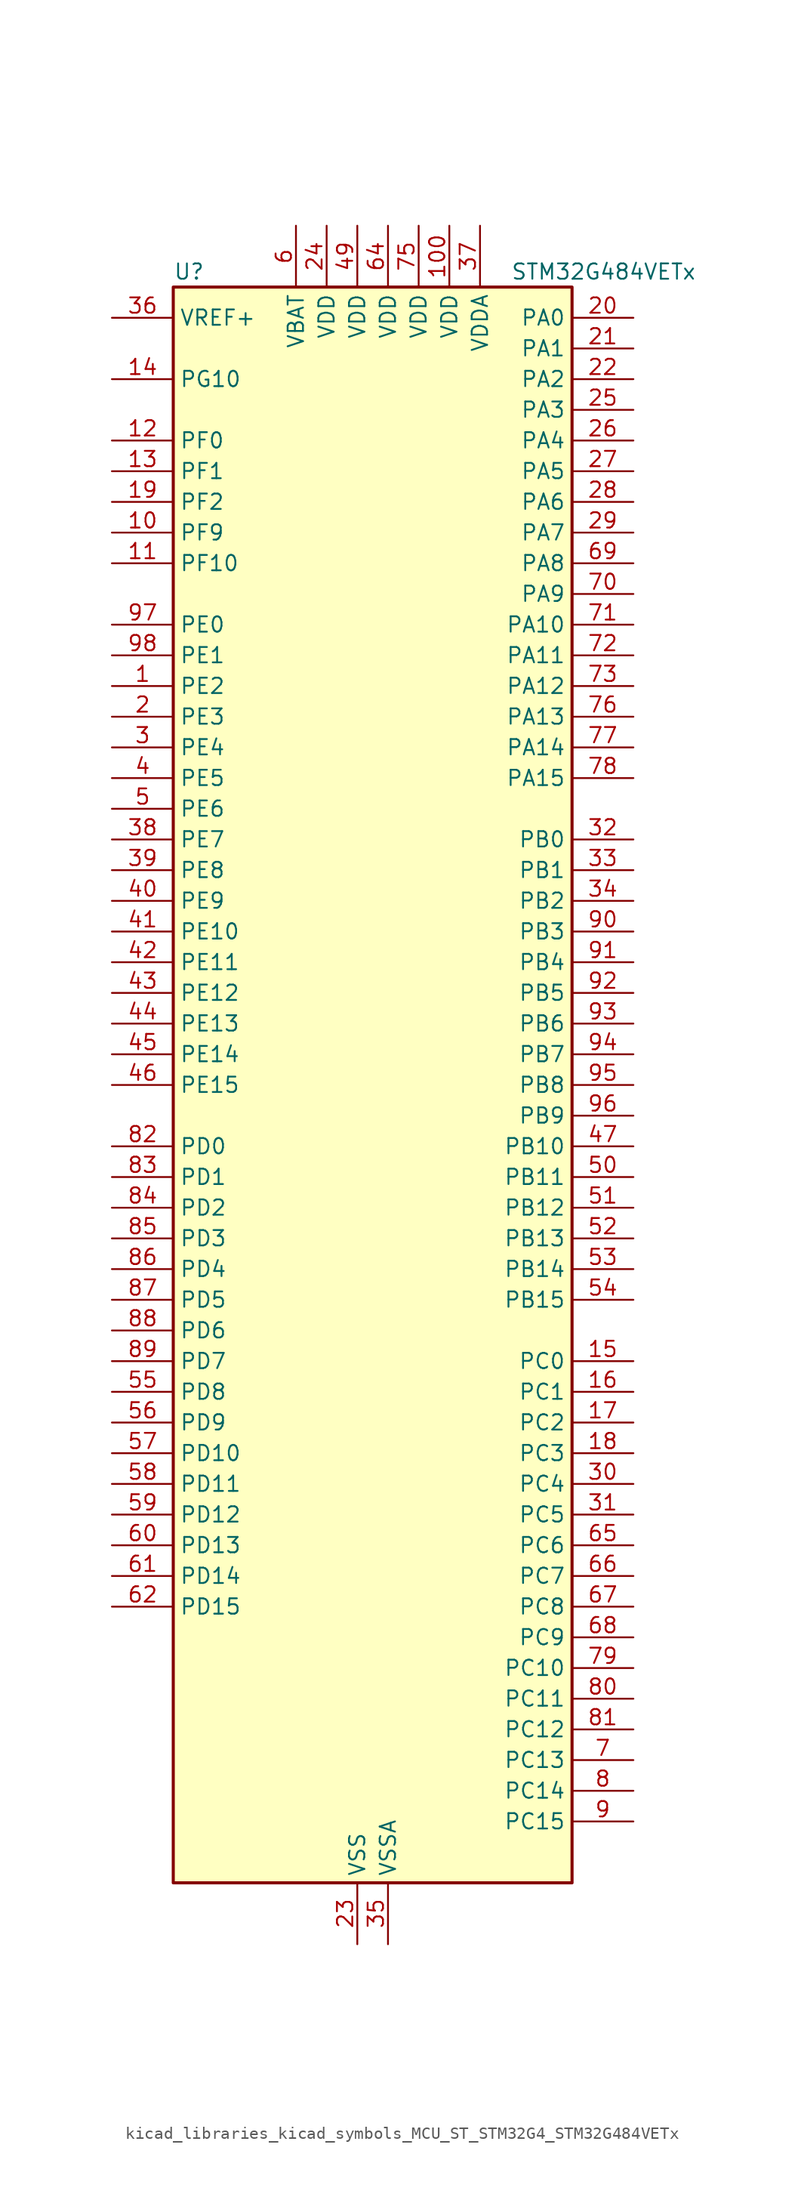
<source format=kicad_sym>
(kicad_symbol_lib
  (version 20220914)
  (generator kicad_symbol_editor)
  (symbol "kicad_libraries_kicad_symbols_MCU_ST_STM32G4_STM32G484VETx"
    (property "Reference" "U"
      (at -15.24 67.31 0)
      (effects (font (size 1.27 1.27)) (justify left)))
    (property "Value" "STM32G484VETx"
      (at 12.7 67.31 0)
      (effects (font (size 1.27 1.27)) (justify left)))
    (property "ki_locked" ""
      (at 0 0 0)
      (effects (font (size 1.27 1.27))))
    (symbol "kicad_libraries_kicad_symbols_MCU_ST_STM32G4_STM32G484VETx_0_1"
      (rectangle (start -15.24 -66.04) (end 17.78 66.04) (stroke (width 0.254) (type default)) (fill (type background))))
    (symbol "kicad_libraries_kicad_symbols_MCU_ST_STM32G4_STM32G484VETx_1_1"
      (pin bidirectional line (at -20.32 33.02 0) (length 5.08) (name "PE2" (effects (font (size 1.27 1.27)))) (number "1" (effects (font (size 1.27 1.27)))) (alternate "ADC3_EXTI2" bidirectional line) (alternate "ADC4_EXTI2" bidirectional line) (alternate "ADC5_EXTI2" bidirectional line) (alternate "FMC_A23" bidirectional line) (alternate "SAI1_CK1" bidirectional line) (alternate "SAI1_MCLK_A" bidirectional line) (alternate "SPI4_SCK" bidirectional line) (alternate "SYS_TRACECLK" bidirectional line) (alternate "TIM20_CH1" bidirectional line) (alternate "TIM3_CH1" bidirectional line))
      (pin bidirectional line (at -20.32 45.72 0) (length 5.08) (name "PF9" (effects (font (size 1.27 1.27)))) (number "10" (effects (font (size 1.27 1.27)))) (alternate "DAC1_EXTI9" bidirectional line) (alternate "DAC2_EXTI9" bidirectional line) (alternate "DAC3_EXTI9" bidirectional line) (alternate "DAC4_EXTI9" bidirectional line) (alternate "FMC_A25" bidirectional line) (alternate "QUADSPI1_BK1_IO1" bidirectional line) (alternate "SAI1_FS_B" bidirectional line) (alternate "SPI2_SCK" bidirectional line) (alternate "TIM15_CH1" bidirectional line) (alternate "TIM20_BKIN" bidirectional line) (alternate "TIM5_CH4" bidirectional line))
      (pin power_in line (at 7.62 71.12 270) (length 5.08) (name "VDD" (effects (font (size 1.27 1.27)))) (number "100" (effects (font (size 1.27 1.27)))))
      (pin bidirectional line (at -20.32 43.18 0) (length 5.08) (name "PF10" (effects (font (size 1.27 1.27)))) (number "11" (effects (font (size 1.27 1.27)))) (alternate "DAC1_EXTI10" bidirectional line) (alternate "DAC2_EXTI10" bidirectional line) (alternate "DAC3_EXTI10" bidirectional line) (alternate "DAC4_EXTI10" bidirectional line) (alternate "FMC_A0" bidirectional line) (alternate "QUADSPI1_CLK" bidirectional line) (alternate "SAI1_D3" bidirectional line) (alternate "SPI2_SCK" bidirectional line) (alternate "TIM15_CH2" bidirectional line) (alternate "TIM20_BKIN2" bidirectional line))
      (pin bidirectional line (at -20.32 53.34 0) (length 5.08) (name "PF0" (effects (font (size 1.27 1.27)))) (number "12" (effects (font (size 1.27 1.27)))) (alternate "ADC1_IN10" bidirectional line) (alternate "I2C2_SDA" bidirectional line) (alternate "I2S2_WS" bidirectional line) (alternate "RCC_OSC_IN" bidirectional line) (alternate "SPI2_NSS" bidirectional line) (alternate "TIM1_CH3N" bidirectional line))
      (pin bidirectional line (at -20.32 50.8 0) (length 5.08) (name "PF1" (effects (font (size 1.27 1.27)))) (number "13" (effects (font (size 1.27 1.27)))) (alternate "ADC2_IN10" bidirectional line) (alternate "COMP3_INM" bidirectional line) (alternate "I2S2_CK" bidirectional line) (alternate "RCC_OSC_OUT" bidirectional line) (alternate "SPI2_SCK" bidirectional line))
      (pin bidirectional line (at -20.32 58.42 0) (length 5.08) (name "PG10" (effects (font (size 1.27 1.27)))) (number "14" (effects (font (size 1.27 1.27)))) (alternate "DAC1_EXTI10" bidirectional line) (alternate "DAC2_EXTI10" bidirectional line) (alternate "DAC3_EXTI10" bidirectional line) (alternate "DAC4_EXTI10" bidirectional line) (alternate "RCC_MCO" bidirectional line))
      (pin bidirectional line (at 22.86 -22.86 180) (length 5.08) (name "PC0" (effects (font (size 1.27 1.27)))) (number "15" (effects (font (size 1.27 1.27)))) (alternate "ADC1_IN6" bidirectional line) (alternate "ADC2_IN6" bidirectional line) (alternate "COMP3_INM" bidirectional line) (alternate "LPTIM1_IN1" bidirectional line) (alternate "LPUART1_RX" bidirectional line) (alternate "TIM1_CH1" bidirectional line))
      (pin bidirectional line (at 22.86 -25.4 180) (length 5.08) (name "PC1" (effects (font (size 1.27 1.27)))) (number "16" (effects (font (size 1.27 1.27)))) (alternate "ADC1_IN7" bidirectional line) (alternate "ADC2_IN7" bidirectional line) (alternate "COMP3_INP" bidirectional line) (alternate "LPTIM1_OUT" bidirectional line) (alternate "LPUART1_TX" bidirectional line) (alternate "QUADSPI1_BK2_IO0" bidirectional line) (alternate "SAI1_SD_A" bidirectional line) (alternate "TIM1_CH2" bidirectional line))
      (pin bidirectional line (at 22.86 -27.94 180) (length 5.08) (name "PC2" (effects (font (size 1.27 1.27)))) (number "17" (effects (font (size 1.27 1.27)))) (alternate "ADC1_IN8" bidirectional line) (alternate "ADC2_IN8" bidirectional line) (alternate "ADC3_EXTI2" bidirectional line) (alternate "ADC4_EXTI2" bidirectional line) (alternate "ADC5_EXTI2" bidirectional line) (alternate "COMP3_OUT" bidirectional line) (alternate "LPTIM1_IN2" bidirectional line) (alternate "QUADSPI1_BK2_IO1" bidirectional line) (alternate "TIM1_CH3" bidirectional line) (alternate "TIM20_CH2" bidirectional line))
      (pin bidirectional line (at 22.86 -30.48 180) (length 5.08) (name "PC3" (effects (font (size 1.27 1.27)))) (number "18" (effects (font (size 1.27 1.27)))) (alternate "ADC1_IN9" bidirectional line) (alternate "ADC2_IN9" bidirectional line) (alternate "ADC3_EXTI3" bidirectional line) (alternate "ADC4_EXTI3" bidirectional line) (alternate "ADC5_EXTI3" bidirectional line) (alternate "LPTIM1_ETR" bidirectional line) (alternate "OPAMP5_VINP" bidirectional line) (alternate "OPAMP5_VINP_SEC" bidirectional line) (alternate "QUADSPI1_BK2_IO2" bidirectional line) (alternate "SAI1_D1" bidirectional line) (alternate "SAI1_SD_A" bidirectional line) (alternate "TIM1_BKIN2" bidirectional line) (alternate "TIM1_CH4" bidirectional line))
      (pin bidirectional line (at -20.32 48.26 0) (length 5.08) (name "PF2" (effects (font (size 1.27 1.27)))) (number "19" (effects (font (size 1.27 1.27)))) (alternate "ADC3_EXTI2" bidirectional line) (alternate "ADC4_EXTI2" bidirectional line) (alternate "ADC5_EXTI2" bidirectional line) (alternate "FMC_A2" bidirectional line) (alternate "I2C2_SMBA" bidirectional line) (alternate "TIM20_CH3" bidirectional line))
      (pin bidirectional line (at -20.32 30.48 0) (length 5.08) (name "PE3" (effects (font (size 1.27 1.27)))) (number "2" (effects (font (size 1.27 1.27)))) (alternate "ADC3_EXTI3" bidirectional line) (alternate "ADC4_EXTI3" bidirectional line) (alternate "ADC5_EXTI3" bidirectional line) (alternate "FMC_A19" bidirectional line) (alternate "SAI1_SD_B" bidirectional line) (alternate "SPI4_NSS" bidirectional line) (alternate "SYS_TRACED0" bidirectional line) (alternate "TIM20_CH2" bidirectional line) (alternate "TIM3_CH2" bidirectional line))
      (pin bidirectional line (at 22.86 63.5 180) (length 5.08) (name "PA0" (effects (font (size 1.27 1.27)))) (number "20" (effects (font (size 1.27 1.27)))) (alternate "ADC1_IN1" bidirectional line) (alternate "ADC2_IN1" bidirectional line) (alternate "COMP1_INM" bidirectional line) (alternate "COMP1_OUT" bidirectional line) (alternate "COMP3_INP" bidirectional line) (alternate "RTC_TAMP2" bidirectional line) (alternate "SYS_WKUP1" bidirectional line) (alternate "TIM2_CH1" bidirectional line) (alternate "TIM2_ETR" bidirectional line) (alternate "TIM5_CH1" bidirectional line) (alternate "TIM8_BKIN" bidirectional line) (alternate "TIM8_ETR" bidirectional line) (alternate "USART2_CTS" bidirectional line) (alternate "USART2_NSS" bidirectional line))
      (pin bidirectional line (at 22.86 60.96 180) (length 5.08) (name "PA1" (effects (font (size 1.27 1.27)))) (number "21" (effects (font (size 1.27 1.27)))) (alternate "ADC1_IN2" bidirectional line) (alternate "ADC2_IN2" bidirectional line) (alternate "COMP1_INP" bidirectional line) (alternate "OPAMP1_VINP" bidirectional line) (alternate "OPAMP1_VINP_SEC" bidirectional line) (alternate "OPAMP3_VINP" bidirectional line) (alternate "OPAMP3_VINP_SEC" bidirectional line) (alternate "OPAMP6_VINM" bidirectional line) (alternate "OPAMP6_VINM0" bidirectional line) (alternate "OPAMP6_VINM_SEC" bidirectional line) (alternate "RTC_REFIN" bidirectional line) (alternate "TIM15_CH1N" bidirectional line) (alternate "TIM2_CH2" bidirectional line) (alternate "TIM5_CH2" bidirectional line) (alternate "USART2_DE" bidirectional line) (alternate "USART2_RTS" bidirectional line))
      (pin bidirectional line (at 22.86 58.42 180) (length 5.08) (name "PA2" (effects (font (size 1.27 1.27)))) (number "22" (effects (font (size 1.27 1.27)))) (alternate "ADC1_IN3" bidirectional line) (alternate "ADC3_EXTI2" bidirectional line) (alternate "ADC4_EXTI2" bidirectional line) (alternate "ADC5_EXTI2" bidirectional line) (alternate "COMP2_INM" bidirectional line) (alternate "COMP2_OUT" bidirectional line) (alternate "LPUART1_TX" bidirectional line) (alternate "OPAMP1_VOUT" bidirectional line) (alternate "QUADSPI1_BK1_NCS" bidirectional line) (alternate "RCC_LSCO" bidirectional line) (alternate "SYS_WKUP4" bidirectional line) (alternate "TIM15_CH1" bidirectional line) (alternate "TIM2_CH3" bidirectional line) (alternate "TIM5_CH3" bidirectional line) (alternate "UCPD1_FRSTX1" bidirectional line) (alternate "UCPD1_FRSTX2" bidirectional line) (alternate "USART2_TX" bidirectional line))
      (pin power_in line (at 0 -71.12 90) (length 5.08) (name "VSS" (effects (font (size 1.27 1.27)))) (number "23" (effects (font (size 1.27 1.27)))))
      (pin power_in line (at -2.54 71.12 270) (length 5.08) (name "VDD" (effects (font (size 1.27 1.27)))) (number "24" (effects (font (size 1.27 1.27)))))
      (pin bidirectional line (at 22.86 55.88 180) (length 5.08) (name "PA3" (effects (font (size 1.27 1.27)))) (number "25" (effects (font (size 1.27 1.27)))) (alternate "ADC1_IN4" bidirectional line) (alternate "ADC3_EXTI3" bidirectional line) (alternate "ADC4_EXTI3" bidirectional line) (alternate "ADC5_EXTI3" bidirectional line) (alternate "COMP2_INP" bidirectional line) (alternate "LPUART1_RX" bidirectional line) (alternate "OPAMP1_VINM" bidirectional line) (alternate "OPAMP1_VINM0" bidirectional line) (alternate "OPAMP1_VINM_SEC" bidirectional line) (alternate "OPAMP1_VINP" bidirectional line) (alternate "OPAMP1_VINP_SEC" bidirectional line) (alternate "OPAMP5_VINM" bidirectional line) (alternate "OPAMP5_VINM1" bidirectional line) (alternate "OPAMP5_VINM_SEC" bidirectional line) (alternate "QUADSPI1_CLK" bidirectional line) (alternate "SAI1_CK1" bidirectional line) (alternate "SAI1_MCLK_A" bidirectional line) (alternate "TIM15_CH2" bidirectional line) (alternate "TIM2_CH4" bidirectional line) (alternate "TIM5_CH4" bidirectional line) (alternate "USART2_RX" bidirectional line))
      (pin bidirectional line (at 22.86 53.34 180) (length 5.08) (name "PA4" (effects (font (size 1.27 1.27)))) (number "26" (effects (font (size 1.27 1.27)))) (alternate "ADC2_IN17" bidirectional line) (alternate "COMP1_INM" bidirectional line) (alternate "DAC1_OUT1" bidirectional line) (alternate "I2S3_WS" bidirectional line) (alternate "SAI1_FS_B" bidirectional line) (alternate "SPI1_NSS" bidirectional line) (alternate "SPI3_NSS" bidirectional line) (alternate "TIM3_CH2" bidirectional line) (alternate "USART2_CK" bidirectional line))
      (pin bidirectional line (at 22.86 50.8 180) (length 5.08) (name "PA5" (effects (font (size 1.27 1.27)))) (number "27" (effects (font (size 1.27 1.27)))) (alternate "ADC2_IN13" bidirectional line) (alternate "COMP2_INM" bidirectional line) (alternate "DAC1_OUT2" bidirectional line) (alternate "OPAMP2_VINM" bidirectional line) (alternate "OPAMP2_VINM0" bidirectional line) (alternate "OPAMP2_VINM_SEC" bidirectional line) (alternate "SPI1_SCK" bidirectional line) (alternate "TIM2_CH1" bidirectional line) (alternate "TIM2_ETR" bidirectional line) (alternate "UCPD1_FRSTX1" bidirectional line) (alternate "UCPD1_FRSTX2" bidirectional line))
      (pin bidirectional line (at 22.86 48.26 180) (length 5.08) (name "PA6" (effects (font (size 1.27 1.27)))) (number "28" (effects (font (size 1.27 1.27)))) (alternate "ADC2_IN3" bidirectional line) (alternate "COMP1_OUT" bidirectional line) (alternate "DAC2_OUT1" bidirectional line) (alternate "LPUART1_CTS" bidirectional line) (alternate "OPAMP2_VOUT" bidirectional line) (alternate "QUADSPI1_BK1_IO3" bidirectional line) (alternate "SPI1_MISO" bidirectional line) (alternate "TIM16_CH1" bidirectional line) (alternate "TIM1_BKIN" bidirectional line) (alternate "TIM3_CH1" bidirectional line) (alternate "TIM8_BKIN" bidirectional line))
      (pin bidirectional line (at 22.86 45.72 180) (length 5.08) (name "PA7" (effects (font (size 1.27 1.27)))) (number "29" (effects (font (size 1.27 1.27)))) (alternate "ADC2_IN4" bidirectional line) (alternate "COMP2_INP" bidirectional line) (alternate "COMP2_OUT" bidirectional line) (alternate "OPAMP1_VINP" bidirectional line) (alternate "OPAMP1_VINP_SEC" bidirectional line) (alternate "OPAMP2_VINP" bidirectional line) (alternate "OPAMP2_VINP_SEC" bidirectional line) (alternate "QUADSPI1_BK1_IO2" bidirectional line) (alternate "SPI1_MOSI" bidirectional line) (alternate "TIM17_CH1" bidirectional line) (alternate "TIM1_CH1N" bidirectional line) (alternate "TIM3_CH2" bidirectional line) (alternate "TIM8_CH1N" bidirectional line) (alternate "UCPD1_FRSTX1" bidirectional line) (alternate "UCPD1_FRSTX2" bidirectional line))
      (pin bidirectional line (at -20.32 27.94 0) (length 5.08) (name "PE4" (effects (font (size 1.27 1.27)))) (number "3" (effects (font (size 1.27 1.27)))) (alternate "FMC_A20" bidirectional line) (alternate "SAI1_D2" bidirectional line) (alternate "SAI1_FS_A" bidirectional line) (alternate "SPI4_NSS" bidirectional line) (alternate "SYS_TRACED1" bidirectional line) (alternate "TIM20_CH1N" bidirectional line) (alternate "TIM3_CH3" bidirectional line))
      (pin bidirectional line (at 22.86 -33.02 180) (length 5.08) (name "PC4" (effects (font (size 1.27 1.27)))) (number "30" (effects (font (size 1.27 1.27)))) (alternate "ADC2_IN5" bidirectional line) (alternate "I2C2_SCL" bidirectional line) (alternate "QUADSPI1_BK2_IO3" bidirectional line) (alternate "TIM1_ETR" bidirectional line) (alternate "USART1_TX" bidirectional line))
      (pin bidirectional line (at 22.86 -35.56 180) (length 5.08) (name "PC5" (effects (font (size 1.27 1.27)))) (number "31" (effects (font (size 1.27 1.27)))) (alternate "ADC2_IN11" bidirectional line) (alternate "HRTIM1_EEV10" bidirectional line) (alternate "OPAMP1_VINM" bidirectional line) (alternate "OPAMP1_VINM1" bidirectional line) (alternate "OPAMP1_VINM_SEC" bidirectional line) (alternate "OPAMP2_VINM" bidirectional line) (alternate "OPAMP2_VINM1" bidirectional line) (alternate "OPAMP2_VINM_SEC" bidirectional line) (alternate "SAI1_D3" bidirectional line) (alternate "SYS_WKUP5" bidirectional line) (alternate "TIM15_BKIN" bidirectional line) (alternate "TIM1_CH4N" bidirectional line) (alternate "USART1_RX" bidirectional line))
      (pin bidirectional line (at 22.86 20.32 180) (length 5.08) (name "PB0" (effects (font (size 1.27 1.27)))) (number "32" (effects (font (size 1.27 1.27)))) (alternate "ADC1_IN15" bidirectional line) (alternate "ADC3_IN12" bidirectional line) (alternate "COMP4_INP" bidirectional line) (alternate "HRTIM1_FLT5" bidirectional line) (alternate "OPAMP2_VINP" bidirectional line) (alternate "OPAMP2_VINP_SEC" bidirectional line) (alternate "OPAMP3_VINP" bidirectional line) (alternate "OPAMP3_VINP_SEC" bidirectional line) (alternate "QUADSPI1_BK1_IO1" bidirectional line) (alternate "TIM1_CH2N" bidirectional line) (alternate "TIM3_CH3" bidirectional line) (alternate "TIM8_CH2N" bidirectional line) (alternate "UCPD1_FRSTX1" bidirectional line) (alternate "UCPD1_FRSTX2" bidirectional line))
      (pin bidirectional line (at 22.86 17.78 180) (length 5.08) (name "PB1" (effects (font (size 1.27 1.27)))) (number "33" (effects (font (size 1.27 1.27)))) (alternate "ADC1_IN12" bidirectional line) (alternate "ADC3_IN1" bidirectional line) (alternate "COMP1_INP" bidirectional line) (alternate "COMP4_OUT" bidirectional line) (alternate "HRTIM1_SCOUT" bidirectional line) (alternate "LPUART1_DE" bidirectional line) (alternate "LPUART1_RTS" bidirectional line) (alternate "OPAMP3_VOUT" bidirectional line) (alternate "OPAMP6_VINM" bidirectional line) (alternate "OPAMP6_VINM1" bidirectional line) (alternate "OPAMP6_VINM_SEC" bidirectional line) (alternate "QUADSPI1_BK1_IO0" bidirectional line) (alternate "TIM1_CH3N" bidirectional line) (alternate "TIM3_CH4" bidirectional line) (alternate "TIM8_CH3N" bidirectional line))
      (pin bidirectional line (at 22.86 15.24 180) (length 5.08) (name "PB2" (effects (font (size 1.27 1.27)))) (number "34" (effects (font (size 1.27 1.27)))) (alternate "ADC2_IN12" bidirectional line) (alternate "ADC3_EXTI2" bidirectional line) (alternate "ADC4_EXTI2" bidirectional line) (alternate "ADC5_EXTI2" bidirectional line) (alternate "COMP4_INM" bidirectional line) (alternate "HRTIM1_SCIN" bidirectional line) (alternate "I2C3_SMBA" bidirectional line) (alternate "LPTIM1_OUT" bidirectional line) (alternate "OPAMP3_VINM" bidirectional line) (alternate "OPAMP3_VINM0" bidirectional line) (alternate "OPAMP3_VINM_SEC" bidirectional line) (alternate "QUADSPI1_BK2_IO1" bidirectional line) (alternate "RTC_OUT2" bidirectional line) (alternate "TIM20_CH1" bidirectional line) (alternate "TIM5_CH1" bidirectional line))
      (pin power_in line (at 2.54 -71.12 90) (length 5.08) (name "VSSA" (effects (font (size 1.27 1.27)))) (number "35" (effects (font (size 1.27 1.27)))))
      (pin input line (at -20.32 63.5 0) (length 5.08) (name "VREF+" (effects (font (size 1.27 1.27)))) (number "36" (effects (font (size 1.27 1.27)))) (alternate "VREFBUF_OUT" bidirectional line))
      (pin power_in line (at 10.16 71.12 270) (length 5.08) (name "VDDA" (effects (font (size 1.27 1.27)))) (number "37" (effects (font (size 1.27 1.27)))))
      (pin bidirectional line (at -20.32 20.32 0) (length 5.08) (name "PE7" (effects (font (size 1.27 1.27)))) (number "38" (effects (font (size 1.27 1.27)))) (alternate "ADC3_IN4" bidirectional line) (alternate "COMP4_INP" bidirectional line) (alternate "FMC_D4" bidirectional line) (alternate "FMC_DA4" bidirectional line) (alternate "SAI1_SD_B" bidirectional line) (alternate "TIM1_ETR" bidirectional line))
      (pin bidirectional line (at -20.32 17.78 0) (length 5.08) (name "PE8" (effects (font (size 1.27 1.27)))) (number "39" (effects (font (size 1.27 1.27)))) (alternate "ADC3_IN6" bidirectional line) (alternate "ADC4_IN6" bidirectional line) (alternate "ADC5_IN6" bidirectional line) (alternate "COMP4_INM" bidirectional line) (alternate "FMC_D5" bidirectional line) (alternate "FMC_DA5" bidirectional line) (alternate "SAI1_SCK_B" bidirectional line) (alternate "TIM1_CH1N" bidirectional line) (alternate "TIM5_CH3" bidirectional line))
      (pin bidirectional line (at -20.32 25.4 0) (length 5.08) (name "PE5" (effects (font (size 1.27 1.27)))) (number "4" (effects (font (size 1.27 1.27)))) (alternate "FMC_A21" bidirectional line) (alternate "SAI1_CK2" bidirectional line) (alternate "SAI1_SCK_A" bidirectional line) (alternate "SPI4_MISO" bidirectional line) (alternate "SYS_TRACED2" bidirectional line) (alternate "TIM20_CH2N" bidirectional line) (alternate "TIM3_CH4" bidirectional line))
      (pin bidirectional line (at -20.32 15.24 0) (length 5.08) (name "PE9" (effects (font (size 1.27 1.27)))) (number "40" (effects (font (size 1.27 1.27)))) (alternate "ADC3_IN2" bidirectional line) (alternate "DAC1_EXTI9" bidirectional line) (alternate "DAC2_EXTI9" bidirectional line) (alternate "DAC3_EXTI9" bidirectional line) (alternate "DAC4_EXTI9" bidirectional line) (alternate "FMC_D6" bidirectional line) (alternate "FMC_DA6" bidirectional line) (alternate "SAI1_FS_B" bidirectional line) (alternate "TIM1_CH1" bidirectional line) (alternate "TIM5_CH4" bidirectional line))
      (pin bidirectional line (at -20.32 12.7 0) (length 5.08) (name "PE10" (effects (font (size 1.27 1.27)))) (number "41" (effects (font (size 1.27 1.27)))) (alternate "ADC3_IN14" bidirectional line) (alternate "ADC4_IN14" bidirectional line) (alternate "ADC5_IN14" bidirectional line) (alternate "DAC1_EXTI10" bidirectional line) (alternate "DAC2_EXTI10" bidirectional line) (alternate "DAC3_EXTI10" bidirectional line) (alternate "DAC4_EXTI10" bidirectional line) (alternate "FMC_D7" bidirectional line) (alternate "FMC_DA7" bidirectional line) (alternate "QUADSPI1_CLK" bidirectional line) (alternate "SAI1_MCLK_B" bidirectional line) (alternate "TIM1_CH2N" bidirectional line))
      (pin bidirectional line (at -20.32 10.16 0) (length 5.08) (name "PE11" (effects (font (size 1.27 1.27)))) (number "42" (effects (font (size 1.27 1.27)))) (alternate "ADC1_EXTI11" bidirectional line) (alternate "ADC2_EXTI11" bidirectional line) (alternate "ADC3_IN15" bidirectional line) (alternate "ADC4_IN15" bidirectional line) (alternate "ADC5_IN15" bidirectional line) (alternate "FMC_D8" bidirectional line) (alternate "FMC_DA8" bidirectional line) (alternate "QUADSPI1_BK1_NCS" bidirectional line) (alternate "SPI4_NSS" bidirectional line) (alternate "TIM1_CH2" bidirectional line))
      (pin bidirectional line (at -20.32 7.62 0) (length 5.08) (name "PE12" (effects (font (size 1.27 1.27)))) (number "43" (effects (font (size 1.27 1.27)))) (alternate "ADC3_IN16" bidirectional line) (alternate "ADC4_IN16" bidirectional line) (alternate "ADC5_IN16" bidirectional line) (alternate "FMC_D9" bidirectional line) (alternate "FMC_DA9" bidirectional line) (alternate "QUADSPI1_BK1_IO0" bidirectional line) (alternate "SPI4_SCK" bidirectional line) (alternate "TIM1_CH3N" bidirectional line))
      (pin bidirectional line (at -20.32 5.08 0) (length 5.08) (name "PE13" (effects (font (size 1.27 1.27)))) (number "44" (effects (font (size 1.27 1.27)))) (alternate "ADC3_IN3" bidirectional line) (alternate "FMC_D10" bidirectional line) (alternate "FMC_DA10" bidirectional line) (alternate "QUADSPI1_BK1_IO1" bidirectional line) (alternate "SPI4_MISO" bidirectional line) (alternate "TIM1_CH3" bidirectional line))
      (pin bidirectional line (at -20.32 2.54 0) (length 5.08) (name "PE14" (effects (font (size 1.27 1.27)))) (number "45" (effects (font (size 1.27 1.27)))) (alternate "ADC4_IN1" bidirectional line) (alternate "FMC_D11" bidirectional line) (alternate "FMC_DA11" bidirectional line) (alternate "QUADSPI1_BK1_IO2" bidirectional line) (alternate "SPI4_MOSI" bidirectional line) (alternate "TIM1_BKIN2" bidirectional line) (alternate "TIM1_CH4" bidirectional line))
      (pin bidirectional line (at -20.32 0 0) (length 5.08) (name "PE15" (effects (font (size 1.27 1.27)))) (number "46" (effects (font (size 1.27 1.27)))) (alternate "ADC1_EXTI15" bidirectional line) (alternate "ADC2_EXTI15" bidirectional line) (alternate "ADC4_IN2" bidirectional line) (alternate "FMC_D12" bidirectional line) (alternate "FMC_DA12" bidirectional line) (alternate "QUADSPI1_BK1_IO3" bidirectional line) (alternate "TIM1_BKIN" bidirectional line) (alternate "TIM1_CH4N" bidirectional line) (alternate "USART3_RX" bidirectional line))
      (pin bidirectional line (at 22.86 -5.08 180) (length 5.08) (name "PB10" (effects (font (size 1.27 1.27)))) (number "47" (effects (font (size 1.27 1.27)))) (alternate "COMP5_INM" bidirectional line) (alternate "DAC1_EXTI10" bidirectional line) (alternate "DAC2_EXTI10" bidirectional line) (alternate "DAC3_EXTI10" bidirectional line) (alternate "DAC4_EXTI10" bidirectional line) (alternate "HRTIM1_FLT3" bidirectional line) (alternate "LPUART1_RX" bidirectional line) (alternate "OPAMP3_VINM" bidirectional line) (alternate "OPAMP3_VINM1" bidirectional line) (alternate "OPAMP3_VINM_SEC" bidirectional line) (alternate "OPAMP4_VINM" bidirectional line) (alternate "OPAMP4_VINM0" bidirectional line) (alternate "OPAMP4_VINM_SEC" bidirectional line) (alternate "QUADSPI1_CLK" bidirectional line) (alternate "SAI1_SCK_A" bidirectional line) (alternate "TIM1_BKIN" bidirectional line) (alternate "TIM2_CH3" bidirectional line) (alternate "USART3_TX" bidirectional line))
      (pin passive line (at 0 -71.12 90) (length 5.08) hide (name "VSS" (effects (font (size 1.27 1.27)))) (number "48" (effects (font (size 1.27 1.27)))))
      (pin power_in line (at 0 71.12 270) (length 5.08) (name "VDD" (effects (font (size 1.27 1.27)))) (number "49" (effects (font (size 1.27 1.27)))))
      (pin bidirectional line (at -20.32 22.86 0) (length 5.08) (name "PE6" (effects (font (size 1.27 1.27)))) (number "5" (effects (font (size 1.27 1.27)))) (alternate "FMC_A22" bidirectional line) (alternate "RTC_TAMP3" bidirectional line) (alternate "SAI1_D1" bidirectional line) (alternate "SAI1_SD_A" bidirectional line) (alternate "SPI4_MOSI" bidirectional line) (alternate "SYS_TRACED3" bidirectional line) (alternate "SYS_WKUP3" bidirectional line) (alternate "TIM20_CH3N" bidirectional line))
      (pin bidirectional line (at 22.86 -7.62 180) (length 5.08) (name "PB11" (effects (font (size 1.27 1.27)))) (number "50" (effects (font (size 1.27 1.27)))) (alternate "ADC1_EXTI11" bidirectional line) (alternate "ADC1_IN14" bidirectional line) (alternate "ADC2_EXTI11" bidirectional line) (alternate "ADC2_IN14" bidirectional line) (alternate "COMP6_INP" bidirectional line) (alternate "HRTIM1_FLT4" bidirectional line) (alternate "LPUART1_TX" bidirectional line) (alternate "OPAMP4_VINP" bidirectional line) (alternate "OPAMP4_VINP_SEC" bidirectional line) (alternate "OPAMP6_VOUT" bidirectional line) (alternate "QUADSPI1_BK1_NCS" bidirectional line) (alternate "TIM2_CH4" bidirectional line) (alternate "USART3_RX" bidirectional line))
      (pin bidirectional line (at 22.86 -10.16 180) (length 5.08) (name "PB12" (effects (font (size 1.27 1.27)))) (number "51" (effects (font (size 1.27 1.27)))) (alternate "ADC1_IN11" bidirectional line) (alternate "ADC4_IN3" bidirectional line) (alternate "COMP7_INM" bidirectional line) (alternate "FDCAN2_RX" bidirectional line) (alternate "HRTIM1_CHC1" bidirectional line) (alternate "I2C2_SMBA" bidirectional line) (alternate "I2S2_WS" bidirectional line) (alternate "LPUART1_DE" bidirectional line) (alternate "LPUART1_RTS" bidirectional line) (alternate "OPAMP4_VOUT" bidirectional line) (alternate "OPAMP6_VINP" bidirectional line) (alternate "OPAMP6_VINP_SEC" bidirectional line) (alternate "SPI2_NSS" bidirectional line) (alternate "TIM1_BKIN" bidirectional line) (alternate "TIM5_ETR" bidirectional line) (alternate "USART3_CK" bidirectional line))
      (pin bidirectional line (at 22.86 -12.7 180) (length 5.08) (name "PB13" (effects (font (size 1.27 1.27)))) (number "52" (effects (font (size 1.27 1.27)))) (alternate "ADC3_IN5" bidirectional line) (alternate "COMP5_INP" bidirectional line) (alternate "FDCAN2_TX" bidirectional line) (alternate "HRTIM1_CHC2" bidirectional line) (alternate "I2S2_CK" bidirectional line) (alternate "LPUART1_CTS" bidirectional line) (alternate "OPAMP3_VINP" bidirectional line) (alternate "OPAMP3_VINP_SEC" bidirectional line) (alternate "OPAMP4_VINP" bidirectional line) (alternate "OPAMP4_VINP_SEC" bidirectional line) (alternate "OPAMP6_VINP" bidirectional line) (alternate "OPAMP6_VINP_SEC" bidirectional line) (alternate "SPI2_SCK" bidirectional line) (alternate "TIM1_CH1N" bidirectional line) (alternate "USART3_CTS" bidirectional line) (alternate "USART3_NSS" bidirectional line))
      (pin bidirectional line (at 22.86 -15.24 180) (length 5.08) (name "PB14" (effects (font (size 1.27 1.27)))) (number "53" (effects (font (size 1.27 1.27)))) (alternate "ADC1_IN5" bidirectional line) (alternate "ADC4_IN4" bidirectional line) (alternate "COMP4_OUT" bidirectional line) (alternate "COMP7_INP" bidirectional line) (alternate "HRTIM1_CHD1" bidirectional line) (alternate "OPAMP2_VINP" bidirectional line) (alternate "OPAMP2_VINP_SEC" bidirectional line) (alternate "OPAMP5_VINP" bidirectional line) (alternate "OPAMP5_VINP_SEC" bidirectional line) (alternate "SPI2_MISO" bidirectional line) (alternate "TIM15_CH1" bidirectional line) (alternate "TIM1_CH2N" bidirectional line) (alternate "USART3_DE" bidirectional line) (alternate "USART3_RTS" bidirectional line))
      (pin bidirectional line (at 22.86 -17.78 180) (length 5.08) (name "PB15" (effects (font (size 1.27 1.27)))) (number "54" (effects (font (size 1.27 1.27)))) (alternate "ADC1_EXTI15" bidirectional line) (alternate "ADC2_EXTI15" bidirectional line) (alternate "ADC2_IN15" bidirectional line) (alternate "ADC4_IN5" bidirectional line) (alternate "COMP3_OUT" bidirectional line) (alternate "COMP6_INM" bidirectional line) (alternate "HRTIM1_CHD2" bidirectional line) (alternate "I2S2_SD" bidirectional line) (alternate "OPAMP5_VINM" bidirectional line) (alternate "OPAMP5_VINM0" bidirectional line) (alternate "OPAMP5_VINM_SEC" bidirectional line) (alternate "RTC_REFIN" bidirectional line) (alternate "SPI2_MOSI" bidirectional line) (alternate "TIM15_CH1N" bidirectional line) (alternate "TIM15_CH2" bidirectional line) (alternate "TIM1_CH3N" bidirectional line))
      (pin bidirectional line (at -20.32 -25.4 0) (length 5.08) (name "PD8" (effects (font (size 1.27 1.27)))) (number "55" (effects (font (size 1.27 1.27)))) (alternate "ADC4_IN12" bidirectional line) (alternate "ADC5_IN12" bidirectional line) (alternate "FMC_D13" bidirectional line) (alternate "FMC_DA13" bidirectional line) (alternate "OPAMP4_VINM" bidirectional line) (alternate "OPAMP4_VINM1" bidirectional line) (alternate "OPAMP4_VINM_SEC" bidirectional line) (alternate "USART3_TX" bidirectional line))
      (pin bidirectional line (at -20.32 -27.94 0) (length 5.08) (name "PD9" (effects (font (size 1.27 1.27)))) (number "56" (effects (font (size 1.27 1.27)))) (alternate "ADC4_IN13" bidirectional line) (alternate "ADC5_IN13" bidirectional line) (alternate "DAC1_EXTI9" bidirectional line) (alternate "DAC2_EXTI9" bidirectional line) (alternate "DAC3_EXTI9" bidirectional line) (alternate "DAC4_EXTI9" bidirectional line) (alternate "FMC_D14" bidirectional line) (alternate "FMC_DA14" bidirectional line) (alternate "OPAMP6_VINP" bidirectional line) (alternate "OPAMP6_VINP_SEC" bidirectional line) (alternate "USART3_RX" bidirectional line))
      (pin bidirectional line (at -20.32 -30.48 0) (length 5.08) (name "PD10" (effects (font (size 1.27 1.27)))) (number "57" (effects (font (size 1.27 1.27)))) (alternate "ADC3_IN7" bidirectional line) (alternate "ADC4_IN7" bidirectional line) (alternate "ADC5_IN7" bidirectional line) (alternate "COMP6_INM" bidirectional line) (alternate "DAC1_EXTI10" bidirectional line) (alternate "DAC2_EXTI10" bidirectional line) (alternate "DAC3_EXTI10" bidirectional line) (alternate "DAC4_EXTI10" bidirectional line) (alternate "FMC_D15" bidirectional line) (alternate "FMC_DA15" bidirectional line) (alternate "USART3_CK" bidirectional line))
      (pin bidirectional line (at -20.32 -33.02 0) (length 5.08) (name "PD11" (effects (font (size 1.27 1.27)))) (number "58" (effects (font (size 1.27 1.27)))) (alternate "ADC1_EXTI11" bidirectional line) (alternate "ADC2_EXTI11" bidirectional line) (alternate "ADC3_IN8" bidirectional line) (alternate "ADC4_IN8" bidirectional line) (alternate "ADC5_IN8" bidirectional line) (alternate "COMP6_INP" bidirectional line) (alternate "FMC_A16" bidirectional line) (alternate "FMC_CLE" bidirectional line) (alternate "I2C4_SMBA" bidirectional line) (alternate "OPAMP4_VINP" bidirectional line) (alternate "OPAMP4_VINP_SEC" bidirectional line) (alternate "TIM5_ETR" bidirectional line) (alternate "USART3_CTS" bidirectional line) (alternate "USART3_NSS" bidirectional line))
      (pin bidirectional line (at -20.32 -35.56 0) (length 5.08) (name "PD12" (effects (font (size 1.27 1.27)))) (number "59" (effects (font (size 1.27 1.27)))) (alternate "ADC3_IN9" bidirectional line) (alternate "ADC4_IN9" bidirectional line) (alternate "ADC5_IN9" bidirectional line) (alternate "COMP5_INP" bidirectional line) (alternate "FMC_A17" bidirectional line) (alternate "FMC_ALE" bidirectional line) (alternate "OPAMP5_VINP" bidirectional line) (alternate "OPAMP5_VINP_SEC" bidirectional line) (alternate "TIM4_CH1" bidirectional line) (alternate "USART3_DE" bidirectional line) (alternate "USART3_RTS" bidirectional line))
      (pin power_in line (at -5.08 71.12 270) (length 5.08) (name "VBAT" (effects (font (size 1.27 1.27)))) (number "6" (effects (font (size 1.27 1.27)))))
      (pin bidirectional line (at -20.32 -38.1 0) (length 5.08) (name "PD13" (effects (font (size 1.27 1.27)))) (number "60" (effects (font (size 1.27 1.27)))) (alternate "ADC3_IN10" bidirectional line) (alternate "ADC4_IN10" bidirectional line) (alternate "ADC5_IN10" bidirectional line) (alternate "COMP5_INM" bidirectional line) (alternate "FMC_A18" bidirectional line) (alternate "TIM4_CH2" bidirectional line))
      (pin bidirectional line (at -20.32 -40.64 0) (length 5.08) (name "PD14" (effects (font (size 1.27 1.27)))) (number "61" (effects (font (size 1.27 1.27)))) (alternate "ADC3_IN11" bidirectional line) (alternate "ADC4_IN11" bidirectional line) (alternate "ADC5_IN11" bidirectional line) (alternate "COMP7_INP" bidirectional line) (alternate "FMC_D0" bidirectional line) (alternate "FMC_DA0" bidirectional line) (alternate "OPAMP2_VINP" bidirectional line) (alternate "OPAMP2_VINP_SEC" bidirectional line) (alternate "TIM4_CH3" bidirectional line))
      (pin bidirectional line (at -20.32 -43.18 0) (length 5.08) (name "PD15" (effects (font (size 1.27 1.27)))) (number "62" (effects (font (size 1.27 1.27)))) (alternate "ADC1_EXTI15" bidirectional line) (alternate "ADC2_EXTI15" bidirectional line) (alternate "COMP7_INM" bidirectional line) (alternate "FMC_D1" bidirectional line) (alternate "FMC_DA1" bidirectional line) (alternate "SPI2_NSS" bidirectional line) (alternate "TIM4_CH4" bidirectional line))
      (pin passive line (at 0 -71.12 90) (length 5.08) hide (name "VSS" (effects (font (size 1.27 1.27)))) (number "63" (effects (font (size 1.27 1.27)))))
      (pin power_in line (at 2.54 71.12 270) (length 5.08) (name "VDD" (effects (font (size 1.27 1.27)))) (number "64" (effects (font (size 1.27 1.27)))))
      (pin bidirectional line (at 22.86 -38.1 180) (length 5.08) (name "PC6" (effects (font (size 1.27 1.27)))) (number "65" (effects (font (size 1.27 1.27)))) (alternate "COMP6_OUT" bidirectional line) (alternate "HRTIM1_CHF1" bidirectional line) (alternate "HRTIM1_EEV10" bidirectional line) (alternate "I2C4_SCL" bidirectional line) (alternate "I2S2_MCK" bidirectional line) (alternate "TIM3_CH1" bidirectional line) (alternate "TIM8_CH1" bidirectional line))
      (pin bidirectional line (at 22.86 -40.64 180) (length 5.08) (name "PC7" (effects (font (size 1.27 1.27)))) (number "66" (effects (font (size 1.27 1.27)))) (alternate "COMP5_OUT" bidirectional line) (alternate "HRTIM1_CHF2" bidirectional line) (alternate "HRTIM1_FLT5" bidirectional line) (alternate "I2C4_SDA" bidirectional line) (alternate "I2S3_MCK" bidirectional line) (alternate "TIM3_CH2" bidirectional line) (alternate "TIM8_CH2" bidirectional line))
      (pin bidirectional line (at 22.86 -43.18 180) (length 5.08) (name "PC8" (effects (font (size 1.27 1.27)))) (number "67" (effects (font (size 1.27 1.27)))) (alternate "COMP7_OUT" bidirectional line) (alternate "HRTIM1_CHE1" bidirectional line) (alternate "I2C3_SCL" bidirectional line) (alternate "TIM20_CH3" bidirectional line) (alternate "TIM3_CH3" bidirectional line) (alternate "TIM8_CH3" bidirectional line))
      (pin bidirectional line (at 22.86 -45.72 180) (length 5.08) (name "PC9" (effects (font (size 1.27 1.27)))) (number "68" (effects (font (size 1.27 1.27)))) (alternate "DAC1_EXTI9" bidirectional line) (alternate "DAC2_EXTI9" bidirectional line) (alternate "DAC3_EXTI9" bidirectional line) (alternate "DAC4_EXTI9" bidirectional line) (alternate "HRTIM1_CHE2" bidirectional line) (alternate "I2C3_SDA" bidirectional line) (alternate "I2S_CKIN" bidirectional line) (alternate "TIM3_CH4" bidirectional line) (alternate "TIM8_BKIN2" bidirectional line) (alternate "TIM8_CH4" bidirectional line))
      (pin bidirectional line (at 22.86 43.18 180) (length 5.08) (name "PA8" (effects (font (size 1.27 1.27)))) (number "69" (effects (font (size 1.27 1.27)))) (alternate "ADC5_IN1" bidirectional line) (alternate "COMP7_OUT" bidirectional line) (alternate "FDCAN3_RX" bidirectional line) (alternate "HRTIM1_CHA1" bidirectional line) (alternate "I2C2_SDA" bidirectional line) (alternate "I2C3_SCL" bidirectional line) (alternate "I2S2_MCK" bidirectional line) (alternate "OPAMP5_VOUT" bidirectional line) (alternate "RCC_MCO" bidirectional line) (alternate "SAI1_CK2" bidirectional line) (alternate "SAI1_SCK_A" bidirectional line) (alternate "TIM1_CH1" bidirectional line) (alternate "TIM4_ETR" bidirectional line) (alternate "USART1_CK" bidirectional line))
      (pin bidirectional line (at 22.86 -55.88 180) (length 5.08) (name "PC13" (effects (font (size 1.27 1.27)))) (number "7" (effects (font (size 1.27 1.27)))) (alternate "RTC_OUT1" bidirectional line) (alternate "RTC_TAMP1" bidirectional line) (alternate "RTC_TS" bidirectional line) (alternate "SYS_WKUP2" bidirectional line) (alternate "TIM1_BKIN" bidirectional line) (alternate "TIM1_CH1N" bidirectional line) (alternate "TIM8_CH4N" bidirectional line))
      (pin bidirectional line (at 22.86 40.64 180) (length 5.08) (name "PA9" (effects (font (size 1.27 1.27)))) (number "70" (effects (font (size 1.27 1.27)))) (alternate "ADC5_IN2" bidirectional line) (alternate "COMP5_OUT" bidirectional line) (alternate "DAC1_EXTI9" bidirectional line) (alternate "DAC2_EXTI9" bidirectional line) (alternate "DAC3_EXTI9" bidirectional line) (alternate "DAC4_EXTI9" bidirectional line) (alternate "HRTIM1_CHA2" bidirectional line) (alternate "I2C2_SCL" bidirectional line) (alternate "I2C3_SMBA" bidirectional line) (alternate "I2S3_MCK" bidirectional line) (alternate "SAI1_FS_A" bidirectional line) (alternate "TIM15_BKIN" bidirectional line) (alternate "TIM1_CH2" bidirectional line) (alternate "TIM2_CH3" bidirectional line) (alternate "UCPD1_DBCC1" bidirectional line) (alternate "USART1_TX" bidirectional line))
      (pin bidirectional line (at 22.86 38.1 180) (length 5.08) (name "PA10" (effects (font (size 1.27 1.27)))) (number "71" (effects (font (size 1.27 1.27)))) (alternate "COMP6_OUT" bidirectional line) (alternate "CRS_SYNC" bidirectional line) (alternate "DAC1_EXTI10" bidirectional line) (alternate "DAC2_EXTI10" bidirectional line) (alternate "DAC3_EXTI10" bidirectional line) (alternate "DAC4_EXTI10" bidirectional line) (alternate "HRTIM1_CHB1" bidirectional line) (alternate "I2C2_SMBA" bidirectional line) (alternate "SAI1_D1" bidirectional line) (alternate "SAI1_SD_A" bidirectional line) (alternate "SPI2_MISO" bidirectional line) (alternate "TIM17_BKIN" bidirectional line) (alternate "TIM1_CH3" bidirectional line) (alternate "TIM2_CH4" bidirectional line) (alternate "TIM8_BKIN" bidirectional line) (alternate "UCPD1_DBCC2" bidirectional line) (alternate "USART1_RX" bidirectional line))
      (pin bidirectional line (at 22.86 35.56 180) (length 5.08) (name "PA11" (effects (font (size 1.27 1.27)))) (number "72" (effects (font (size 1.27 1.27)))) (alternate "ADC1_EXTI11" bidirectional line) (alternate "ADC2_EXTI11" bidirectional line) (alternate "COMP1_OUT" bidirectional line) (alternate "FDCAN1_RX" bidirectional line) (alternate "HRTIM1_CHB2" bidirectional line) (alternate "I2S2_SD" bidirectional line) (alternate "SPI2_MOSI" bidirectional line) (alternate "TIM1_BKIN2" bidirectional line) (alternate "TIM1_CH1N" bidirectional line) (alternate "TIM1_CH4" bidirectional line) (alternate "TIM4_CH1" bidirectional line) (alternate "USART1_CTS" bidirectional line) (alternate "USART1_NSS" bidirectional line) (alternate "USB_DM" bidirectional line))
      (pin bidirectional line (at 22.86 33.02 180) (length 5.08) (name "PA12" (effects (font (size 1.27 1.27)))) (number "73" (effects (font (size 1.27 1.27)))) (alternate "COMP2_OUT" bidirectional line) (alternate "FDCAN1_TX" bidirectional line) (alternate "HRTIM1_FLT1" bidirectional line) (alternate "I2S_CKIN" bidirectional line) (alternate "TIM16_CH1" bidirectional line) (alternate "TIM1_CH2N" bidirectional line) (alternate "TIM1_ETR" bidirectional line) (alternate "TIM4_CH2" bidirectional line) (alternate "USART1_DE" bidirectional line) (alternate "USART1_RTS" bidirectional line) (alternate "USB_DP" bidirectional line))
      (pin passive line (at 0 -71.12 90) (length 5.08) hide (name "VSS" (effects (font (size 1.27 1.27)))) (number "74" (effects (font (size 1.27 1.27)))))
      (pin power_in line (at 5.08 71.12 270) (length 5.08) (name "VDD" (effects (font (size 1.27 1.27)))) (number "75" (effects (font (size 1.27 1.27)))))
      (pin bidirectional line (at 22.86 30.48 180) (length 5.08) (name "PA13" (effects (font (size 1.27 1.27)))) (number "76" (effects (font (size 1.27 1.27)))) (alternate "I2C1_SCL" bidirectional line) (alternate "I2C4_SCL" bidirectional line) (alternate "IR_OUT" bidirectional line) (alternate "SAI1_SD_B" bidirectional line) (alternate "SYS_JTMS-SWDIO" bidirectional line) (alternate "TIM16_CH1N" bidirectional line) (alternate "TIM4_CH3" bidirectional line) (alternate "USART3_CTS" bidirectional line) (alternate "USART3_NSS" bidirectional line))
      (pin bidirectional line (at 22.86 27.94 180) (length 5.08) (name "PA14" (effects (font (size 1.27 1.27)))) (number "77" (effects (font (size 1.27 1.27)))) (alternate "I2C1_SDA" bidirectional line) (alternate "I2C4_SMBA" bidirectional line) (alternate "LPTIM1_OUT" bidirectional line) (alternate "SAI1_FS_B" bidirectional line) (alternate "SYS_JTCK-SWCLK" bidirectional line) (alternate "TIM1_BKIN" bidirectional line) (alternate "TIM8_CH2" bidirectional line) (alternate "USART2_TX" bidirectional line))
      (pin bidirectional line (at 22.86 25.4 180) (length 5.08) (name "PA15" (effects (font (size 1.27 1.27)))) (number "78" (effects (font (size 1.27 1.27)))) (alternate "ADC1_EXTI15" bidirectional line) (alternate "ADC2_EXTI15" bidirectional line) (alternate "FDCAN3_TX" bidirectional line) (alternate "HRTIM1_FLT2" bidirectional line) (alternate "I2C1_SCL" bidirectional line) (alternate "I2S3_WS" bidirectional line) (alternate "SPI1_NSS" bidirectional line) (alternate "SPI3_NSS" bidirectional line) (alternate "SYS_JTDI" bidirectional line) (alternate "TIM1_BKIN" bidirectional line) (alternate "TIM2_CH1" bidirectional line) (alternate "TIM2_ETR" bidirectional line) (alternate "TIM8_CH1" bidirectional line) (alternate "UART4_DE" bidirectional line) (alternate "UART4_RTS" bidirectional line) (alternate "USART2_RX" bidirectional line))
      (pin bidirectional line (at 22.86 -48.26 180) (length 5.08) (name "PC10" (effects (font (size 1.27 1.27)))) (number "79" (effects (font (size 1.27 1.27)))) (alternate "DAC1_EXTI10" bidirectional line) (alternate "DAC2_EXTI10" bidirectional line) (alternate "DAC3_EXTI10" bidirectional line) (alternate "DAC4_EXTI10" bidirectional line) (alternate "HRTIM1_FLT6" bidirectional line) (alternate "I2S3_CK" bidirectional line) (alternate "SPI3_SCK" bidirectional line) (alternate "TIM8_CH1N" bidirectional line) (alternate "UART4_TX" bidirectional line) (alternate "USART3_TX" bidirectional line))
      (pin bidirectional line (at 22.86 -58.42 180) (length 5.08) (name "PC14" (effects (font (size 1.27 1.27)))) (number "8" (effects (font (size 1.27 1.27)))) (alternate "RCC_OSC32_IN" bidirectional line))
      (pin bidirectional line (at 22.86 -50.8 180) (length 5.08) (name "PC11" (effects (font (size 1.27 1.27)))) (number "80" (effects (font (size 1.27 1.27)))) (alternate "ADC1_EXTI11" bidirectional line) (alternate "ADC2_EXTI11" bidirectional line) (alternate "HRTIM1_EEV2" bidirectional line) (alternate "I2C3_SDA" bidirectional line) (alternate "SPI3_MISO" bidirectional line) (alternate "TIM8_CH2N" bidirectional line) (alternate "UART4_RX" bidirectional line) (alternate "USART3_RX" bidirectional line))
      (pin bidirectional line (at 22.86 -53.34 180) (length 5.08) (name "PC12" (effects (font (size 1.27 1.27)))) (number "81" (effects (font (size 1.27 1.27)))) (alternate "HRTIM1_EEV1" bidirectional line) (alternate "I2S3_SD" bidirectional line) (alternate "SPI3_MOSI" bidirectional line) (alternate "TIM5_CH2" bidirectional line) (alternate "TIM8_CH3N" bidirectional line) (alternate "UART5_TX" bidirectional line) (alternate "UCPD1_FRSTX1" bidirectional line) (alternate "UCPD1_FRSTX2" bidirectional line) (alternate "USART3_CK" bidirectional line))
      (pin bidirectional line (at -20.32 -5.08 0) (length 5.08) (name "PD0" (effects (font (size 1.27 1.27)))) (number "82" (effects (font (size 1.27 1.27)))) (alternate "FDCAN1_RX" bidirectional line) (alternate "FMC_D2" bidirectional line) (alternate "FMC_DA2" bidirectional line) (alternate "TIM8_CH4N" bidirectional line))
      (pin bidirectional line (at -20.32 -7.62 0) (length 5.08) (name "PD1" (effects (font (size 1.27 1.27)))) (number "83" (effects (font (size 1.27 1.27)))) (alternate "FDCAN1_TX" bidirectional line) (alternate "FMC_D3" bidirectional line) (alternate "FMC_DA3" bidirectional line) (alternate "TIM8_BKIN2" bidirectional line) (alternate "TIM8_CH4" bidirectional line))
      (pin bidirectional line (at -20.32 -10.16 0) (length 5.08) (name "PD2" (effects (font (size 1.27 1.27)))) (number "84" (effects (font (size 1.27 1.27)))) (alternate "ADC3_EXTI2" bidirectional line) (alternate "ADC4_EXTI2" bidirectional line) (alternate "ADC5_EXTI2" bidirectional line) (alternate "TIM3_ETR" bidirectional line) (alternate "TIM8_BKIN" bidirectional line) (alternate "UART5_RX" bidirectional line))
      (pin bidirectional line (at -20.32 -12.7 0) (length 5.08) (name "PD3" (effects (font (size 1.27 1.27)))) (number "85" (effects (font (size 1.27 1.27)))) (alternate "ADC3_EXTI3" bidirectional line) (alternate "ADC4_EXTI3" bidirectional line) (alternate "ADC5_EXTI3" bidirectional line) (alternate "FMC_CLK" bidirectional line) (alternate "QUADSPI1_BK2_NCS" bidirectional line) (alternate "TIM2_CH1" bidirectional line) (alternate "TIM2_ETR" bidirectional line) (alternate "USART2_CTS" bidirectional line) (alternate "USART2_NSS" bidirectional line))
      (pin bidirectional line (at -20.32 -15.24 0) (length 5.08) (name "PD4" (effects (font (size 1.27 1.27)))) (number "86" (effects (font (size 1.27 1.27)))) (alternate "FMC_NOE" bidirectional line) (alternate "QUADSPI1_BK2_IO0" bidirectional line) (alternate "TIM2_CH2" bidirectional line) (alternate "USART2_DE" bidirectional line) (alternate "USART2_RTS" bidirectional line))
      (pin bidirectional line (at -20.32 -17.78 0) (length 5.08) (name "PD5" (effects (font (size 1.27 1.27)))) (number "87" (effects (font (size 1.27 1.27)))) (alternate "FMC_NWE" bidirectional line) (alternate "QUADSPI1_BK2_IO1" bidirectional line) (alternate "USART2_TX" bidirectional line))
      (pin bidirectional line (at -20.32 -20.32 0) (length 5.08) (name "PD6" (effects (font (size 1.27 1.27)))) (number "88" (effects (font (size 1.27 1.27)))) (alternate "FMC_NWAIT" bidirectional line) (alternate "QUADSPI1_BK2_IO2" bidirectional line) (alternate "SAI1_D1" bidirectional line) (alternate "SAI1_SD_A" bidirectional line) (alternate "TIM2_CH4" bidirectional line) (alternate "USART2_RX" bidirectional line))
      (pin bidirectional line (at -20.32 -22.86 0) (length 5.08) (name "PD7" (effects (font (size 1.27 1.27)))) (number "89" (effects (font (size 1.27 1.27)))) (alternate "FMC_NCE" bidirectional line) (alternate "FMC_NE1" bidirectional line) (alternate "QUADSPI1_BK2_IO3" bidirectional line) (alternate "TIM2_CH3" bidirectional line) (alternate "USART2_CK" bidirectional line))
      (pin bidirectional line (at 22.86 -60.96 180) (length 5.08) (name "PC15" (effects (font (size 1.27 1.27)))) (number "9" (effects (font (size 1.27 1.27)))) (alternate "ADC1_EXTI15" bidirectional line) (alternate "ADC2_EXTI15" bidirectional line) (alternate "RCC_OSC32_OUT" bidirectional line))
      (pin bidirectional line (at 22.86 12.7 180) (length 5.08) (name "PB3" (effects (font (size 1.27 1.27)))) (number "90" (effects (font (size 1.27 1.27)))) (alternate "ADC3_EXTI3" bidirectional line) (alternate "ADC4_EXTI3" bidirectional line) (alternate "ADC5_EXTI3" bidirectional line) (alternate "CRS_SYNC" bidirectional line) (alternate "FDCAN3_RX" bidirectional line) (alternate "HRTIM1_EEV9" bidirectional line) (alternate "HRTIM1_SCOUT" bidirectional line) (alternate "I2S3_CK" bidirectional line) (alternate "SAI1_SCK_B" bidirectional line) (alternate "SPI1_SCK" bidirectional line) (alternate "SPI3_SCK" bidirectional line) (alternate "SYS_JTDO-SWO" bidirectional line) (alternate "TIM2_CH2" bidirectional line) (alternate "TIM3_ETR" bidirectional line) (alternate "TIM4_ETR" bidirectional line) (alternate "TIM8_CH1N" bidirectional line) (alternate "USART2_TX" bidirectional line))
      (pin bidirectional line (at 22.86 10.16 180) (length 5.08) (name "PB4" (effects (font (size 1.27 1.27)))) (number "91" (effects (font (size 1.27 1.27)))) (alternate "FDCAN3_TX" bidirectional line) (alternate "HRTIM1_EEV7" bidirectional line) (alternate "SAI1_MCLK_B" bidirectional line) (alternate "SPI1_MISO" bidirectional line) (alternate "SPI3_MISO" bidirectional line) (alternate "SYS_JTRST" bidirectional line) (alternate "TIM16_CH1" bidirectional line) (alternate "TIM17_BKIN" bidirectional line) (alternate "TIM3_CH1" bidirectional line) (alternate "TIM8_CH2N" bidirectional line) (alternate "UART5_DE" bidirectional line) (alternate "UART5_RTS" bidirectional line) (alternate "UCPD1_CC2" bidirectional line) (alternate "USART2_RX" bidirectional line))
      (pin bidirectional line (at 22.86 7.62 180) (length 5.08) (name "PB5" (effects (font (size 1.27 1.27)))) (number "92" (effects (font (size 1.27 1.27)))) (alternate "FDCAN2_RX" bidirectional line) (alternate "HRTIM1_EEV6" bidirectional line) (alternate "I2C1_SMBA" bidirectional line) (alternate "I2C3_SDA" bidirectional line) (alternate "I2S3_SD" bidirectional line) (alternate "LPTIM1_IN1" bidirectional line) (alternate "SAI1_SD_B" bidirectional line) (alternate "SPI1_MOSI" bidirectional line) (alternate "SPI3_MOSI" bidirectional line) (alternate "TIM16_BKIN" bidirectional line) (alternate "TIM17_CH1" bidirectional line) (alternate "TIM3_CH2" bidirectional line) (alternate "TIM8_CH3N" bidirectional line) (alternate "UART5_CTS" bidirectional line) (alternate "USART2_CK" bidirectional line))
      (pin bidirectional line (at 22.86 5.08 180) (length 5.08) (name "PB6" (effects (font (size 1.27 1.27)))) (number "93" (effects (font (size 1.27 1.27)))) (alternate "COMP4_OUT" bidirectional line) (alternate "FDCAN2_TX" bidirectional line) (alternate "HRTIM1_EEV4" bidirectional line) (alternate "HRTIM1_SCIN" bidirectional line) (alternate "LPTIM1_ETR" bidirectional line) (alternate "SAI1_FS_B" bidirectional line) (alternate "TIM16_CH1N" bidirectional line) (alternate "TIM4_CH1" bidirectional line) (alternate "TIM8_BKIN2" bidirectional line) (alternate "TIM8_CH1" bidirectional line) (alternate "TIM8_ETR" bidirectional line) (alternate "UCPD1_CC1" bidirectional line) (alternate "USART1_TX" bidirectional line))
      (pin bidirectional line (at 22.86 2.54 180) (length 5.08) (name "PB7" (effects (font (size 1.27 1.27)))) (number "94" (effects (font (size 1.27 1.27)))) (alternate "COMP3_OUT" bidirectional line) (alternate "FMC_NL" bidirectional line) (alternate "HRTIM1_EEV3" bidirectional line) (alternate "I2C1_SDA" bidirectional line) (alternate "I2C4_SDA" bidirectional line) (alternate "LPTIM1_IN2" bidirectional line) (alternate "SYS_PVD_IN" bidirectional line) (alternate "TIM17_CH1N" bidirectional line) (alternate "TIM3_CH4" bidirectional line) (alternate "TIM4_CH2" bidirectional line) (alternate "TIM8_BKIN" bidirectional line) (alternate "UART4_CTS" bidirectional line) (alternate "USART1_RX" bidirectional line))
      (pin bidirectional line (at 22.86 0 180) (length 5.08) (name "PB8" (effects (font (size 1.27 1.27)))) (number "95" (effects (font (size 1.27 1.27)))) (alternate "COMP1_OUT" bidirectional line) (alternate "FDCAN1_RX" bidirectional line) (alternate "HRTIM1_EEV8" bidirectional line) (alternate "I2C1_SCL" bidirectional line) (alternate "SAI1_CK1" bidirectional line) (alternate "SAI1_MCLK_A" bidirectional line) (alternate "TIM16_CH1" bidirectional line) (alternate "TIM1_BKIN" bidirectional line) (alternate "TIM4_CH3" bidirectional line) (alternate "TIM8_CH2" bidirectional line) (alternate "USART3_RX" bidirectional line))
      (pin bidirectional line (at 22.86 -2.54 180) (length 5.08) (name "PB9" (effects (font (size 1.27 1.27)))) (number "96" (effects (font (size 1.27 1.27)))) (alternate "COMP2_OUT" bidirectional line) (alternate "DAC1_EXTI9" bidirectional line) (alternate "DAC2_EXTI9" bidirectional line) (alternate "DAC3_EXTI9" bidirectional line) (alternate "DAC4_EXTI9" bidirectional line) (alternate "FDCAN1_TX" bidirectional line) (alternate "HRTIM1_EEV5" bidirectional line) (alternate "I2C1_SDA" bidirectional line) (alternate "IR_OUT" bidirectional line) (alternate "SAI1_D2" bidirectional line) (alternate "SAI1_FS_A" bidirectional line) (alternate "TIM17_CH1" bidirectional line) (alternate "TIM1_CH3N" bidirectional line) (alternate "TIM4_CH4" bidirectional line) (alternate "TIM8_CH3" bidirectional line) (alternate "USART3_TX" bidirectional line))
      (pin bidirectional line (at -20.32 38.1 0) (length 5.08) (name "PE0" (effects (font (size 1.27 1.27)))) (number "97" (effects (font (size 1.27 1.27)))) (alternate "FMC_NBL0" bidirectional line) (alternate "TIM16_CH1" bidirectional line) (alternate "TIM20_CH4N" bidirectional line) (alternate "TIM20_ETR" bidirectional line) (alternate "TIM4_ETR" bidirectional line) (alternate "USART1_TX" bidirectional line))
      (pin bidirectional line (at -20.32 35.56 0) (length 5.08) (name "PE1" (effects (font (size 1.27 1.27)))) (number "98" (effects (font (size 1.27 1.27)))) (alternate "FMC_NBL1" bidirectional line) (alternate "TIM17_CH1" bidirectional line) (alternate "TIM20_CH4" bidirectional line) (alternate "USART1_RX" bidirectional line))
      (pin passive line (at 0 -71.12 90) (length 5.08) hide (name "VSS" (effects (font (size 1.27 1.27)))) (number "99" (effects (font (size 1.27 1.27))))))))
</source>
